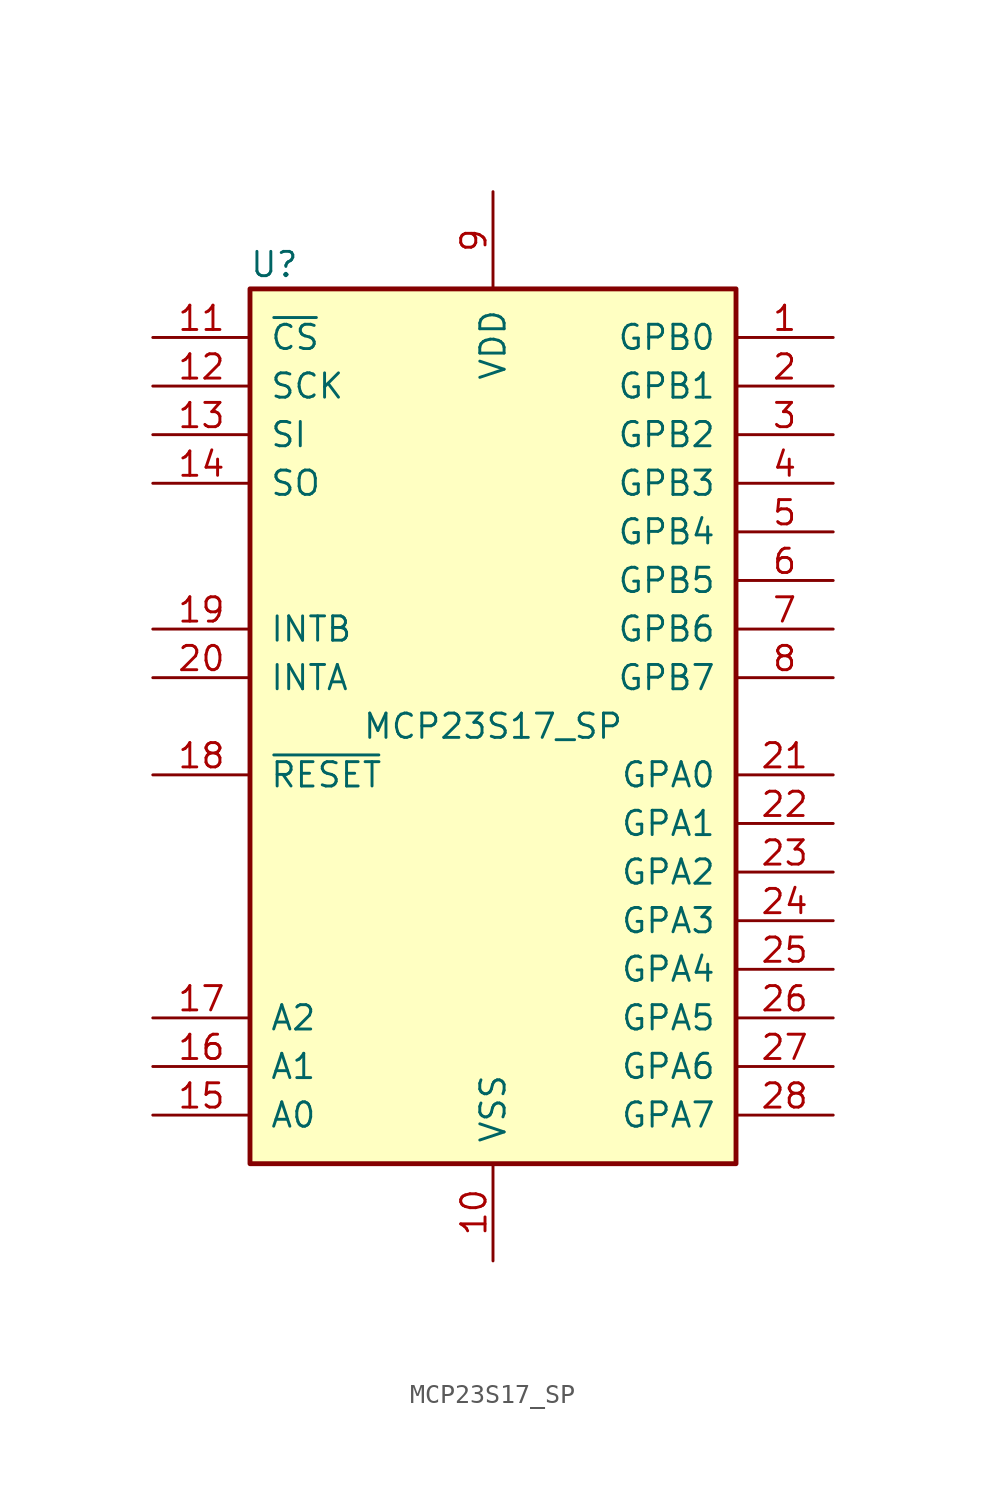
<source format=kicad_sym>
(kicad_symbol_lib
  (version 20241209)
  (generator "kicad_symbol_editor")
  (generator_version "9.0")
  (symbol "MCP23S17_SP"
    (pin_names
      (offset 1.016))
    (property "Reference" "U"
      (at -11.43 24.13 0)
      (effects (font (size 1.27 1.27))))
    (property "Value" "MCP23S17_SP"
      (at 0 0 0)
      (effects (font (size 1.27 1.27))))
    (symbol "MCP23S17_SP_0_1"
      (rectangle (start -12.7 22.86) (end 12.7 -22.86) (stroke (width 0.254) (type default)) (fill (type background))))
    (symbol "MCP23S17_SP_1_1"
      (pin input line (at -17.78 20.32 0) (length 5.08) (name "~{CS}" (effects (font (size 1.27 1.27)))) (number "11" (effects (font (size 1.27 1.27)))))
      (pin input line (at -17.78 17.78 0) (length 5.08) (name "SCK" (effects (font (size 1.27 1.27)))) (number "12" (effects (font (size 1.27 1.27)))))
      (pin input line (at -17.78 15.24 0) (length 5.08) (name "SI" (effects (font (size 1.27 1.27)))) (number "13" (effects (font (size 1.27 1.27)))))
      (pin tri_state line (at -17.78 12.7 0) (length 5.08) (name "SO" (effects (font (size 1.27 1.27)))) (number "14" (effects (font (size 1.27 1.27)))))
      (pin tri_state line (at -17.78 5.08 0) (length 5.08) (name "INTB" (effects (font (size 1.27 1.27)))) (number "19" (effects (font (size 1.27 1.27)))))
      (pin tri_state line (at -17.78 2.54 0) (length 5.08) (name "INTA" (effects (font (size 1.27 1.27)))) (number "20" (effects (font (size 1.27 1.27)))))
      (pin input line (at -17.78 -2.54 0) (length 5.08) (name "~{RESET}" (effects (font (size 1.27 1.27)))) (number "18" (effects (font (size 1.27 1.27)))))
      (pin input line (at -17.78 -15.24 0) (length 5.08) (name "A2" (effects (font (size 1.27 1.27)))) (number "17" (effects (font (size 1.27 1.27)))))
      (pin input line (at -17.78 -17.78 0) (length 5.08) (name "A1" (effects (font (size 1.27 1.27)))) (number "16" (effects (font (size 1.27 1.27)))))
      (pin input line (at -17.78 -20.32 0) (length 5.08) (name "A0" (effects (font (size 1.27 1.27)))) (number "15" (effects (font (size 1.27 1.27)))))
      (pin power_in line (at 0 27.94 270) (length 5.08) (name "VDD" (effects (font (size 1.27 1.27)))) (number "9" (effects (font (size 1.27 1.27)))))
      (pin power_in line (at 0 -27.94 90) (length 5.08) (name "VSS" (effects (font (size 1.27 1.27)))) (number "10" (effects (font (size 1.27 1.27)))))
      (pin bidirectional line (at 17.78 20.32 180) (length 5.08) (name "GPB0" (effects (font (size 1.27 1.27)))) (number "1" (effects (font (size 1.27 1.27)))))
      (pin bidirectional line (at 17.78 17.78 180) (length 5.08) (name "GPB1" (effects (font (size 1.27 1.27)))) (number "2" (effects (font (size 1.27 1.27)))))
      (pin bidirectional line (at 17.78 15.24 180) (length 5.08) (name "GPB2" (effects (font (size 1.27 1.27)))) (number "3" (effects (font (size 1.27 1.27)))))
      (pin bidirectional line (at 17.78 12.7 180) (length 5.08) (name "GPB3" (effects (font (size 1.27 1.27)))) (number "4" (effects (font (size 1.27 1.27)))))
      (pin bidirectional line (at 17.78 10.16 180) (length 5.08) (name "GPB4" (effects (font (size 1.27 1.27)))) (number "5" (effects (font (size 1.27 1.27)))))
      (pin bidirectional line (at 17.78 7.62 180) (length 5.08) (name "GPB5" (effects (font (size 1.27 1.27)))) (number "6" (effects (font (size 1.27 1.27)))))
      (pin bidirectional line (at 17.78 5.08 180) (length 5.08) (name "GPB6" (effects (font (size 1.27 1.27)))) (number "7" (effects (font (size 1.27 1.27)))))
      (pin bidirectional line (at 17.78 2.54 180) (length 5.08) (name "GPB7" (effects (font (size 1.27 1.27)))) (number "8" (effects (font (size 1.27 1.27)))))
      (pin bidirectional line (at 17.78 -2.54 180) (length 5.08) (name "GPA0" (effects (font (size 1.27 1.27)))) (number "21" (effects (font (size 1.27 1.27)))))
      (pin bidirectional line (at 17.78 -5.08 180) (length 5.08) (name "GPA1" (effects (font (size 1.27 1.27)))) (number "22" (effects (font (size 1.27 1.27)))))
      (pin bidirectional line (at 17.78 -7.62 180) (length 5.08) (name "GPA2" (effects (font (size 1.27 1.27)))) (number "23" (effects (font (size 1.27 1.27)))))
      (pin bidirectional line (at 17.78 -10.16 180) (length 5.08) (name "GPA3" (effects (font (size 1.27 1.27)))) (number "24" (effects (font (size 1.27 1.27)))))
      (pin bidirectional line (at 17.78 -12.7 180) (length 5.08) (name "GPA4" (effects (font (size 1.27 1.27)))) (number "25" (effects (font (size 1.27 1.27)))))
      (pin bidirectional line (at 17.78 -15.24 180) (length 5.08) (name "GPA5" (effects (font (size 1.27 1.27)))) (number "26" (effects (font (size 1.27 1.27)))))
      (pin bidirectional line (at 17.78 -17.78 180) (length 5.08) (name "GPA6" (effects (font (size 1.27 1.27)))) (number "27" (effects (font (size 1.27 1.27)))))
      (pin bidirectional line (at 17.78 -20.32 180) (length 5.08) (name "GPA7" (effects (font (size 1.27 1.27)))) (number "28" (effects (font (size 1.27 1.27))))))))
</source>
